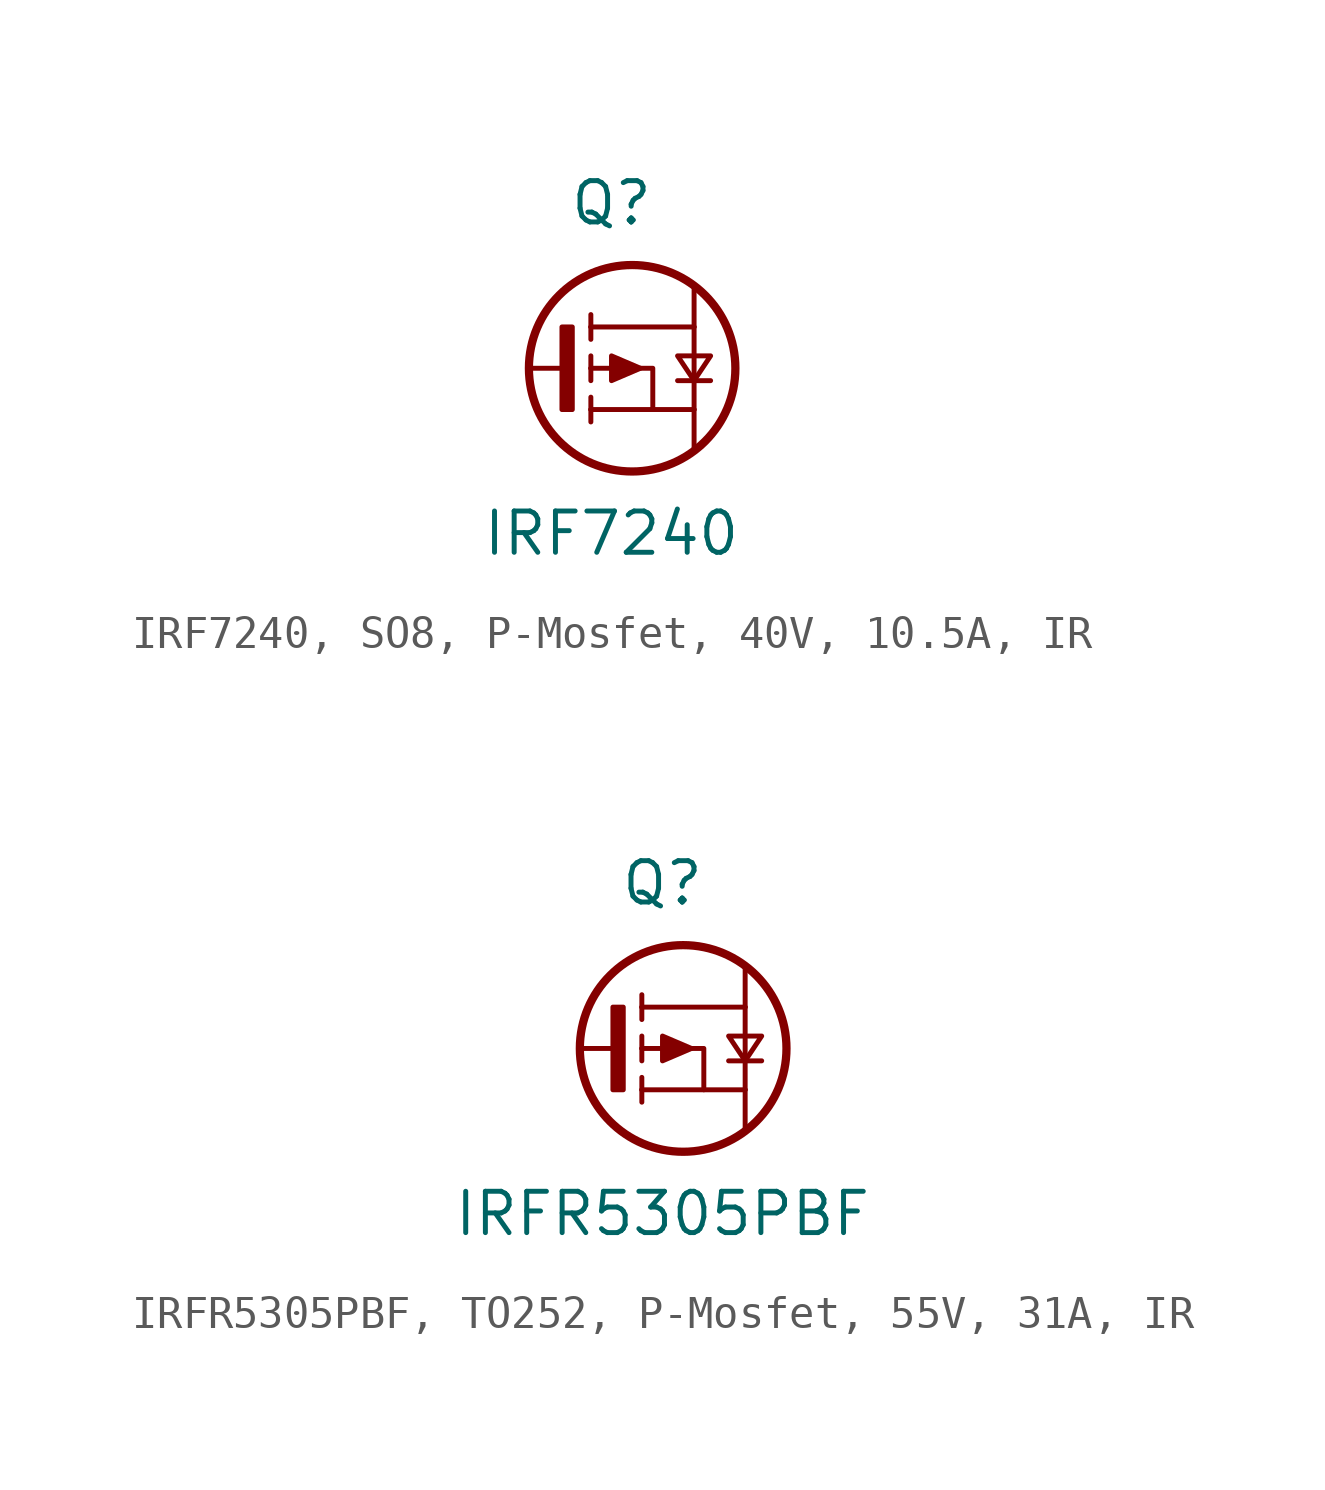
<source format=kicad_sym>
(kicad_symbol_lib
  (version 20241209)
  (generator "kicad_symbol_editor")
  (generator_version "9.0")
  (symbol "IRF7240, SO8, P-Mosfet, 40V, 10.5A, IR"
    (pin_numbers
      (hide yes))
    (pin_names
      (offset 1.016)
      (hide yes))
    (property "Reference" "Q"
      (at 0 5.08 0)
      (effects (font (size 1.27 1.27))))
    (property "Value" "IRF7240"
      (at 0 -5.08 0)
      (effects (font (size 1.27 1.27))))
    (symbol "IRF7240, SO8, P-Mosfet, 40V, 10.5A, IR_0_0"
      (polyline (pts (xy -0.635 1.27) (xy -0.635 1.651)) (stroke (width 0.152) (type solid)) (fill (type none)))
      (polyline (pts (xy -0.635 1.27) (xy -0.635 0.889)) (stroke (width 0.152) (type solid)) (fill (type none)))
      (polyline (pts (xy -0.635 0) (xy -0.635 0.381)) (stroke (width 0.152) (type solid)) (fill (type none)))
      (polyline (pts (xy -0.635 0) (xy -0.635 -0.381)) (stroke (width 0.152) (type solid)) (fill (type none)))
      (polyline (pts (xy -0.635 0) (xy -0.127 0) (xy 0.635 0) (xy 1.27 0) (xy 1.27 -1.27)) (stroke (width 0.152) (type solid)) (fill (type none)))
      (polyline (pts (xy -0.635 -1.27) (xy -0.635 -0.889)) (stroke (width 0.152) (type solid)) (fill (type none)))
      (polyline (pts (xy -0.635 -1.27) (xy -0.635 -1.651)) (stroke (width 0.152) (type solid)) (fill (type none)))
      (polyline (pts (xy 2.54 1.27) (xy -0.635 1.27)) (stroke (width 0.152) (type solid)) (fill (type none)))
      (polyline (pts (xy 2.54 1.27) (xy 2.54 2.54)) (stroke (width 0.152) (type solid)) (fill (type none)))
      (polyline (pts (xy 2.54 1.27) (xy 2.54 -1.27)) (stroke (width 0.152) (type solid)) (fill (type none)))
      (polyline (pts (xy 2.54 -1.27) (xy -0.635 -1.27)) (stroke (width 0.152) (type solid)) (fill (type none)))
      (polyline (pts (xy 2.54 -2.54) (xy 2.54 -1.27)) (stroke (width 0.152) (type solid)) (fill (type none)))
      (polyline (pts (xy 3.048 0.381) (xy 2.032 0.381) (xy 2.54 -0.381) (xy 3.048 0.381)) (stroke (width 0.152) (type solid)) (fill (type none)))
      (polyline (pts (xy 3.048 -0.381) (xy 2.032 -0.381)) (stroke (width 0.152) (type solid)) (fill (type none))))
    (symbol "IRF7240, SO8, P-Mosfet, 40V, 10.5A, IR_0_1"
      (polyline (pts (xy -2.54 0) (xy -1.27 0)) (stroke (width 0.152) (type default)) (fill (type none)))
      (rectangle (start -1.524 1.27) (end -1.206 -1.27) (stroke (width 0.152) (type default)) (fill (type outline)))
      (polyline (pts (xy 0.889 0) (xy 0 -0.381) (xy 0 0.381) (xy 0.889 0)) (stroke (width 0.152) (type default)) (fill (type outline))))
    (symbol "IRF7240, SO8, P-Mosfet, 40V, 10.5A, IR_1_0"
      (circle (center 0.635 0) (radius 3.175) (stroke (width 0.254) (type solid)) (fill (type none))))
    (symbol "IRF7240, SO8, P-Mosfet, 40V, 10.5A, IR_1_1"
      (pin passive line (at -2.54 0 0) (length 0) (name "G" (effects (font (size 1.27 1.27)))) (number "4" (effects (font (size 1.27 1.27)))))
      (pin passive line (at 2.54 2.54 180) (length 0) (name "D" (effects (font (size 1.27 1.27)))) (number "5" (effects (font (size 1.27 1.27)))))
      (pin passive line (at 2.54 2.54 180) (length 0) (hide yes) (name "D" (effects (font (size 1.27 1.27)))) (number "6" (effects (font (size 1.27 1.27)))))
      (pin passive line (at 2.54 2.54 180) (length 0) (hide yes) (name "D" (effects (font (size 1.27 1.27)))) (number "7" (effects (font (size 1.27 1.27)))))
      (pin passive line (at 2.54 2.54 180) (length 0) (hide yes) (name "D" (effects (font (size 1.27 1.27)))) (number "8" (effects (font (size 1.27 1.27)))))
      (pin passive line (at 2.54 -2.54 180) (length 0) (name "S" (effects (font (size 1.27 1.27)))) (number "1" (effects (font (size 1.27 1.27)))))
      (pin passive line (at 2.54 -2.54 180) (length 0) (hide yes) (name "S" (effects (font (size 1.27 1.27)))) (number "2" (effects (font (size 1.27 1.27)))))
      (pin passive line (at 2.54 -2.54 180) (length 0) (hide yes) (name "S" (effects (font (size 1.27 1.27)))) (number "3" (effects (font (size 1.27 1.27)))))))
  (symbol "IRFR5305PBF, TO252, P-Mosfet, 55V, 31A, IR"
    (pin_numbers
      (hide yes))
    (pin_names
      (offset 1.016)
      (hide yes))
    (property "Reference" "Q"
      (at 0 5.08 0)
      (effects (font (size 1.27 1.27))))
    (property "Value" "IRFR5305PBF"
      (at 0 -5.08 0)
      (effects (font (size 1.27 1.27))))
    (symbol "IRFR5305PBF, TO252, P-Mosfet, 55V, 31A, IR_0_0"
      (polyline (pts (xy -0.635 1.27) (xy -0.635 1.651)) (stroke (width 0.152) (type solid)) (fill (type none)))
      (polyline (pts (xy -0.635 1.27) (xy -0.635 0.889)) (stroke (width 0.152) (type solid)) (fill (type none)))
      (polyline (pts (xy -0.635 0) (xy -0.635 0.381)) (stroke (width 0.152) (type solid)) (fill (type none)))
      (polyline (pts (xy -0.635 0) (xy -0.635 -0.381)) (stroke (width 0.152) (type solid)) (fill (type none)))
      (polyline (pts (xy -0.635 0) (xy -0.127 0) (xy 0.635 0) (xy 1.27 0) (xy 1.27 -1.27)) (stroke (width 0.152) (type solid)) (fill (type none)))
      (polyline (pts (xy -0.635 -1.27) (xy -0.635 -0.889)) (stroke (width 0.152) (type solid)) (fill (type none)))
      (polyline (pts (xy -0.635 -1.27) (xy -0.635 -1.651)) (stroke (width 0.152) (type solid)) (fill (type none)))
      (polyline (pts (xy 2.54 1.27) (xy -0.635 1.27)) (stroke (width 0.152) (type solid)) (fill (type none)))
      (polyline (pts (xy 2.54 1.27) (xy 2.54 2.54)) (stroke (width 0.152) (type solid)) (fill (type none)))
      (polyline (pts (xy 2.54 1.27) (xy 2.54 -1.27)) (stroke (width 0.152) (type solid)) (fill (type none)))
      (polyline (pts (xy 2.54 -1.27) (xy -0.635 -1.27)) (stroke (width 0.152) (type solid)) (fill (type none)))
      (polyline (pts (xy 2.54 -2.54) (xy 2.54 -1.27)) (stroke (width 0.152) (type solid)) (fill (type none)))
      (polyline (pts (xy 3.048 0.381) (xy 2.032 0.381) (xy 2.54 -0.381) (xy 3.048 0.381)) (stroke (width 0.152) (type solid)) (fill (type none)))
      (polyline (pts (xy 3.048 -0.381) (xy 2.032 -0.381)) (stroke (width 0.152) (type solid)) (fill (type none))))
    (symbol "IRFR5305PBF, TO252, P-Mosfet, 55V, 31A, IR_0_1"
      (polyline (pts (xy -2.54 0) (xy -1.27 0)) (stroke (width 0.152) (type default)) (fill (type none)))
      (rectangle (start -1.524 1.27) (end -1.206 -1.27) (stroke (width 0.152) (type default)) (fill (type outline)))
      (polyline (pts (xy 0.889 0) (xy 0 -0.381) (xy 0 0.381) (xy 0.889 0)) (stroke (width 0.152) (type default)) (fill (type outline))))
    (symbol "IRFR5305PBF, TO252, P-Mosfet, 55V, 31A, IR_1_0"
      (circle (center 0.635 0) (radius 3.175) (stroke (width 0.254) (type solid)) (fill (type none))))
    (symbol "IRFR5305PBF, TO252, P-Mosfet, 55V, 31A, IR_1_1"
      (pin passive line (at -2.54 0 0) (length 0) (name "G" (effects (font (size 1.27 1.27)))) (number "1" (effects (font (size 1.27 1.27)))))
      (pin passive line (at 2.54 2.54 180) (length 0) (name "D" (effects (font (size 1.27 1.27)))) (number "4" (effects (font (size 1.27 1.27)))))
      (pin passive line (at 2.54 -2.54 180) (length 0) (name "S" (effects (font (size 1.27 1.27)))) (number "3" (effects (font (size 1.27 1.27))))))))
</source>
